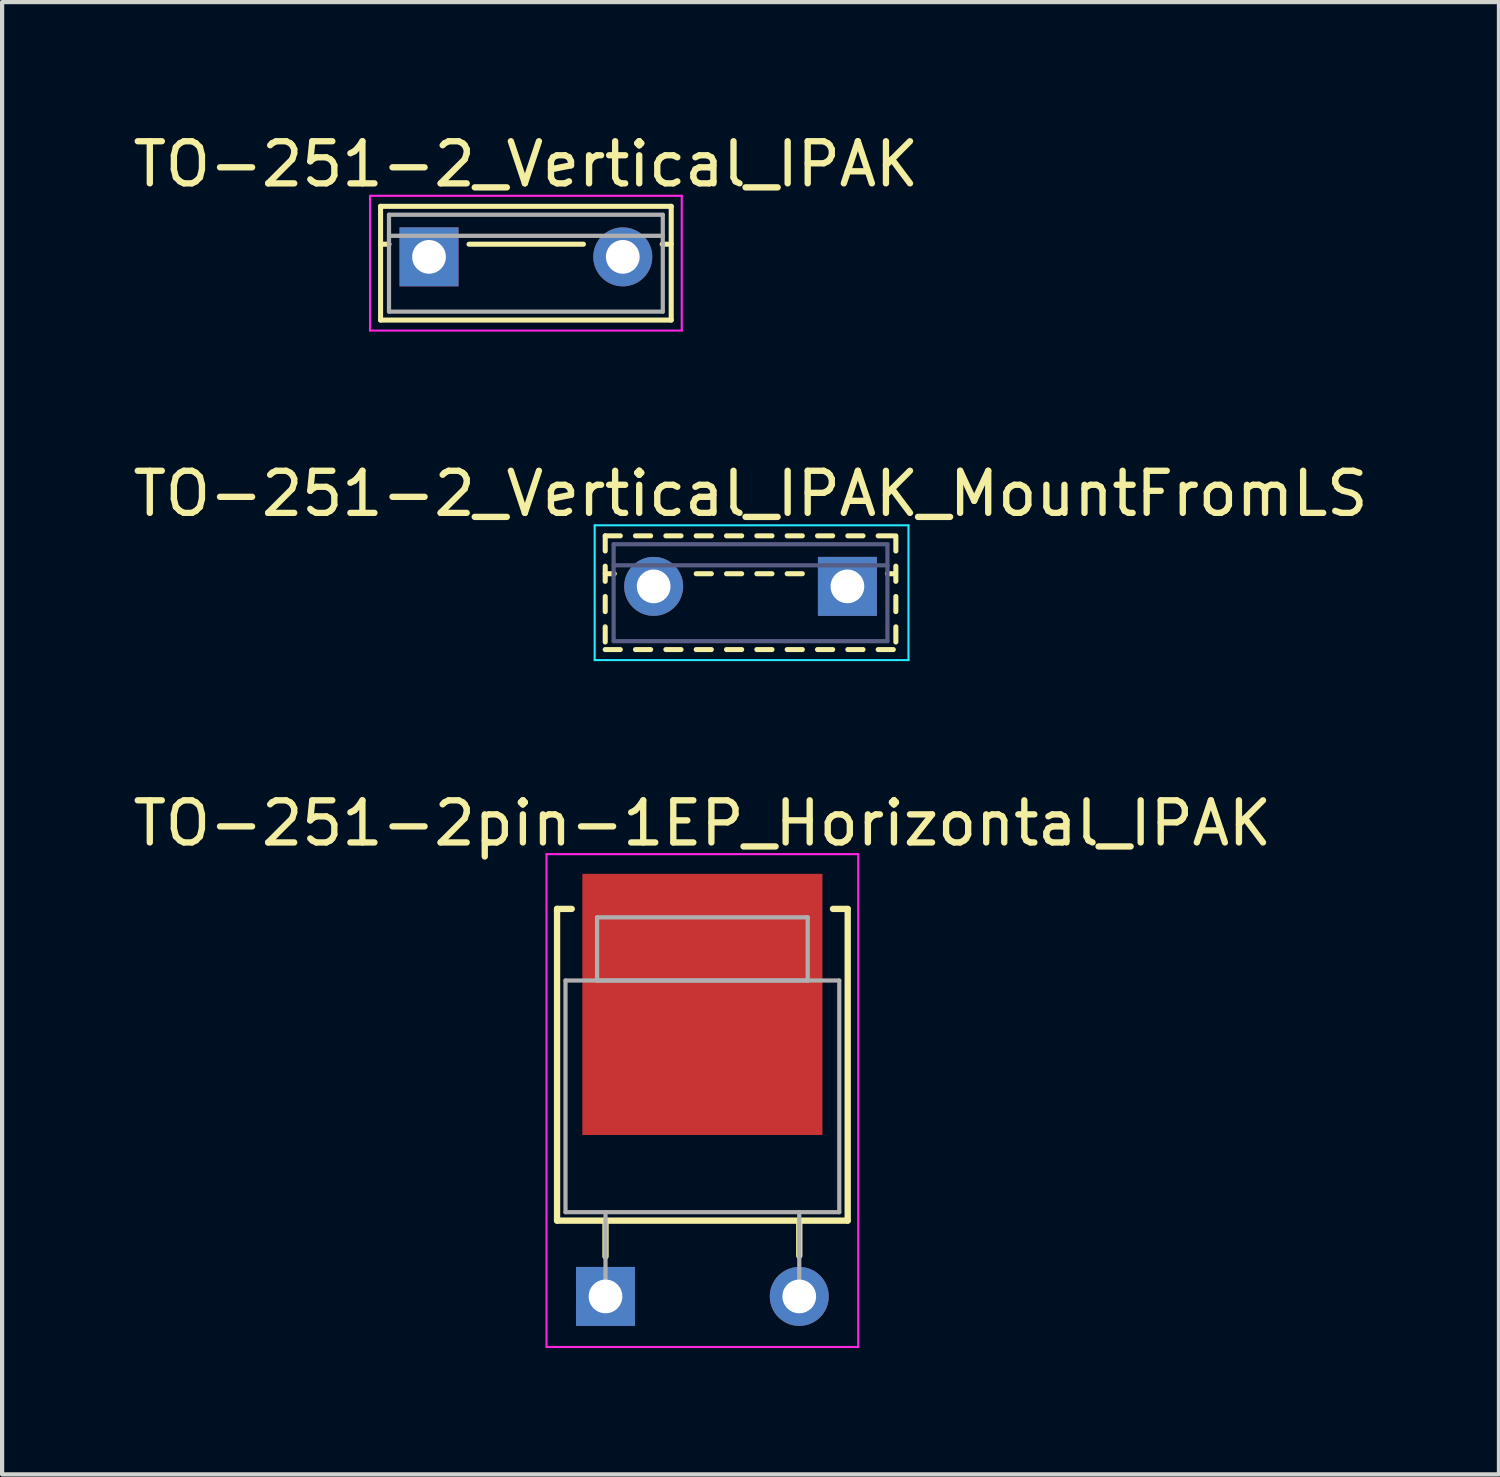
<source format=kicad_pcb>
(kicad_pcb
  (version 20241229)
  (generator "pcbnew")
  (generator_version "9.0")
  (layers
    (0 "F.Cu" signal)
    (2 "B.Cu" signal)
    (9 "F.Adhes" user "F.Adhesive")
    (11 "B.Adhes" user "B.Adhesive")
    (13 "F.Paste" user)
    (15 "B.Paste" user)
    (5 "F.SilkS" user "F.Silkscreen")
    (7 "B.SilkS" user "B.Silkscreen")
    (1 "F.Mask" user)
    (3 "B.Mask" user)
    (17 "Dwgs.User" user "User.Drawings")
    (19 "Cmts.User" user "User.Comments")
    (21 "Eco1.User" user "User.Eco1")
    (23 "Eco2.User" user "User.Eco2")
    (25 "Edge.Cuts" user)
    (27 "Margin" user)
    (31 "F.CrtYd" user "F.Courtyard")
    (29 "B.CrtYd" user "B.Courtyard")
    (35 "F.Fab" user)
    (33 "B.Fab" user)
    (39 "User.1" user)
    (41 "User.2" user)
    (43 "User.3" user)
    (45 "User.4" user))
  (footprint "TO-251-2_Vertical_IPAK"
    (layer "F.Cu")
    (at 7.135 3.048)
    (property "Reference" "TO-251-2_Vertical_IPAK" (at 2.3 -2.2 0) (layer "F.SilkS") (effects (font (size 1 1) (thickness 0.15))))
    (attr through_hole)
    (fp_line (start -1.15 -1.2) (end -1.15 1.5) (stroke (width 0.12) (type solid)) (layer "F.SilkS"))
    (fp_line (start -1.15 -1.2) (end 5.75 -1.2) (stroke (width 0.12) (type solid)) (layer "F.SilkS"))
    (fp_line (start -1.15 -0.3) (end -0.95 -0.3) (stroke (width 0.12) (type solid)) (layer "F.SilkS"))
    (fp_line (start -1.15 1.5) (end 5.75 1.5) (stroke (width 0.12) (type solid)) (layer "F.SilkS"))
    (fp_line (start 0.95 -0.3) (end 3.666 -0.3) (stroke (width 0.12) (type solid)) (layer "F.SilkS"))
    (fp_line (start 5.535 -0.3) (end 5.75 -0.3) (stroke (width 0.12) (type solid)) (layer "F.SilkS"))
    (fp_line (start 5.75 -1.2) (end 5.75 1.5) (stroke (width 0.12) (type solid)) (layer "F.SilkS"))
    (fp_line (start -1.4 -1.45) (end -1.4 1.75) (stroke (width 0.05) (type solid)) (layer "F.CrtYd"))
    (fp_line (start -1.4 1.75) (end 6 1.75) (stroke (width 0.05) (type solid)) (layer "F.CrtYd"))
    (fp_line (start 6 -1.45) (end -1.4 -1.45) (stroke (width 0.05) (type solid)) (layer "F.CrtYd"))
    (fp_line (start 6 1.75) (end 6 -1.45) (stroke (width 0.05) (type solid)) (layer "F.CrtYd"))
    (fp_line (start -0.95 -1) (end -0.95 1.3) (stroke (width 0.1) (type solid)) (layer "F.Fab"))
    (fp_line (start -0.95 -0.5) (end 5.55 -0.5) (stroke (width 0.1) (type solid)) (layer "F.Fab"))
    (fp_line (start -0.95 1.3) (end 5.55 1.3) (stroke (width 0.1) (type solid)) (layer "F.Fab"))
    (fp_line (start 5.55 -1) (end -0.95 -1) (stroke (width 0.1) (type solid)) (layer "F.Fab"))
    (fp_line (start 5.55 1.3) (end 5.55 -1) (stroke (width 0.1) (type solid)) (layer "F.Fab"))
    (pad "1" thru_hole rect (at 0 0) (size 1.4 1.4) (drill 0.8) (layers "*.Cu" "*.Mask"))
    (pad "2" thru_hole oval (at 4.6 0) (size 1.4 1.4) (drill 0.8) (layers "*.Cu" "*.Mask")))
  (footprint "TO-251-2_Vertical_IPAK_MountFromLS"
    (layer "F.Cu")
    (at 17.068 10.871)
    (property "Reference" "TO-251-2_Vertical_IPAK_MountFromLS" (at -2.3 -2.2 0) (layer "F.SilkS") (effects (font (size 1 1) (thickness 0.15))))
    (attr through_hole)
    (fp_line (start -5.75 -1.2) (end -5.75 -0.84) (stroke (width 0.12) (type solid)) (layer "F.SilkS"))
    (fp_line (start -5.75 -1.2) (end -5.391 -1.2) (stroke (width 0.12) (type solid)) (layer "F.SilkS"))
    (fp_line (start -5.75 -0.48) (end -5.75 -0.12) (stroke (width 0.12) (type solid)) (layer "F.SilkS"))
    (fp_line (start -5.75 -0.3) (end -5.535 -0.3) (stroke (width 0.12) (type solid)) (layer "F.SilkS"))
    (fp_line (start -5.75 0.24) (end -5.75 0.6) (stroke (width 0.12) (type solid)) (layer "F.SilkS"))
    (fp_line (start -5.75 0.96) (end -5.75 1.32) (stroke (width 0.12) (type solid)) (layer "F.SilkS"))
    (fp_line (start -5.75 1.5) (end -5.391 1.5) (stroke (width 0.12) (type solid)) (layer "F.SilkS"))
    (fp_line (start -5.031 -1.2) (end -4.671 -1.2) (stroke (width 0.12) (type solid)) (layer "F.SilkS"))
    (fp_line (start -5.031 1.5) (end -4.671 1.5) (stroke (width 0.12) (type solid)) (layer "F.SilkS"))
    (fp_line (start -4.31 -1.2) (end -3.95 -1.2) (stroke (width 0.12) (type solid)) (layer "F.SilkS"))
    (fp_line (start -4.31 1.5) (end -3.95 1.5) (stroke (width 0.12) (type solid)) (layer "F.SilkS"))
    (fp_line (start -3.59 -1.2) (end -3.23 -1.2) (stroke (width 0.12) (type solid)) (layer "F.SilkS"))
    (fp_line (start -3.59 -0.3) (end -3.23 -0.3) (stroke (width 0.12) (type solid)) (layer "F.SilkS"))
    (fp_line (start -3.59 1.5) (end -3.23 1.5) (stroke (width 0.12) (type solid)) (layer "F.SilkS"))
    (fp_line (start -2.87 -1.2) (end -2.51 -1.2) (stroke (width 0.12) (type solid)) (layer "F.SilkS"))
    (fp_line (start -2.87 -0.3) (end -2.51 -0.3) (stroke (width 0.12) (type solid)) (layer "F.SilkS"))
    (fp_line (start -2.87 1.5) (end -2.51 1.5) (stroke (width 0.12) (type solid)) (layer "F.SilkS"))
    (fp_line (start -2.15 -1.2) (end -1.79 -1.2) (stroke (width 0.12) (type solid)) (layer "F.SilkS"))
    (fp_line (start -2.15 -0.3) (end -1.79 -0.3) (stroke (width 0.12) (type solid)) (layer "F.SilkS"))
    (fp_line (start -2.15 1.5) (end -1.79 1.5) (stroke (width 0.12) (type solid)) (layer "F.SilkS"))
    (fp_line (start -1.43 -1.2) (end -1.07 -1.2) (stroke (width 0.12) (type solid)) (layer "F.SilkS"))
    (fp_line (start -1.43 -0.3) (end -1.07 -0.3) (stroke (width 0.12) (type solid)) (layer "F.SilkS"))
    (fp_line (start -1.43 1.5) (end -1.07 1.5) (stroke (width 0.12) (type solid)) (layer "F.SilkS"))
    (fp_line (start -0.71 -1.2) (end -0.35 -1.2) (stroke (width 0.12) (type solid)) (layer "F.SilkS"))
    (fp_line (start -0.71 1.5) (end -0.35 1.5) (stroke (width 0.12) (type solid)) (layer "F.SilkS"))
    (fp_line (start 0.01 -1.2) (end 0.37 -1.2) (stroke (width 0.12) (type solid)) (layer "F.SilkS"))
    (fp_line (start 0.01 1.5) (end 0.37 1.5) (stroke (width 0.12) (type solid)) (layer "F.SilkS"))
    (fp_line (start 0.73 -1.2) (end 1.09 -1.2) (stroke (width 0.12) (type solid)) (layer "F.SilkS"))
    (fp_line (start 0.73 1.5) (end 1.09 1.5) (stroke (width 0.12) (type solid)) (layer "F.SilkS"))
    (fp_line (start 0.95 -0.3) (end 1.09 -0.3) (stroke (width 0.12) (type solid)) (layer "F.SilkS"))
    (fp_line (start 1.15 -1.2) (end 1.15 -0.84) (stroke (width 0.12) (type solid)) (layer "F.SilkS"))
    (fp_line (start 1.15 -0.48) (end 1.15 -0.12) (stroke (width 0.12) (type solid)) (layer "F.SilkS"))
    (fp_line (start 1.15 0.24) (end 1.15 0.6) (stroke (width 0.12) (type solid)) (layer "F.SilkS"))
    (fp_line (start 1.15 0.96) (end 1.15 1.32) (stroke (width 0.12) (type solid)) (layer "F.SilkS"))
    (fp_line (start -6 -1.45) (end -6 1.75) (stroke (width 0.05) (type solid)) (layer "B.CrtYd"))
    (fp_line (start -6 1.75) (end 1.45 1.75) (stroke (width 0.05) (type solid)) (layer "B.CrtYd"))
    (fp_line (start 1.45 -1.45) (end -6 -1.45) (stroke (width 0.05) (type solid)) (layer "B.CrtYd"))
    (fp_line (start 1.45 1.75) (end 1.45 -1.45) (stroke (width 0.05) (type solid)) (layer "B.CrtYd"))
    (fp_line (start -5.55 -1) (end -5.55 1.3) (stroke (width 0.1) (type solid)) (layer "B.Fab"))
    (fp_line (start -5.55 -0.5) (end 0.95 -0.5) (stroke (width 0.1) (type solid)) (layer "B.Fab"))
    (fp_line (start -5.55 1.3) (end 0.95 1.3) (stroke (width 0.1) (type solid)) (layer "B.Fab"))
    (fp_line (start 0.95 -1) (end -5.55 -1) (stroke (width 0.1) (type solid)) (layer "B.Fab"))
    (fp_line (start 0.95 1.3) (end 0.95 -1) (stroke (width 0.1) (type solid)) (layer "B.Fab"))
    (pad "1" thru_hole rect (at 0 0) (size 1.4 1.4) (drill 0.8) (layers "*.Cu" "*.Mask"))
    (pad "2" thru_hole oval (at -4.6 0) (size 1.4 1.4) (drill 0.8) (layers "*.Cu" "*.Mask")))
  (footprint "TO-251-2pin-1EP_Horizontal_IPAK"
    (layer "F.Cu")
    (at 11.325 27.728)
    (property "Reference" "TO-251-2pin-1EP_Horizontal_IPAK" (at 2.3 -11.233 0) (layer "F.SilkS") (effects (font (size 1 1) (thickness 0.15))))
    (attr through_hole)
    (fp_line (start -1.15 -9.2) (end -1.15 -1.8) (stroke (width 0.15) (type solid)) (layer "F.SilkS"))
    (fp_line (start -1.15 -9.2) (end -0.801 -9.2) (stroke (width 0.15) (type solid)) (layer "F.SilkS"))
    (fp_line (start -1.15 -1.8) (end 5.75 -1.8) (stroke (width 0.15) (type solid)) (layer "F.SilkS"))
    (fp_line (start 0 -1.8) (end 0 -0.95) (stroke (width 0.15) (type solid)) (layer "F.SilkS"))
    (fp_line (start 4.6 -1.8) (end 4.6 -0.965) (stroke (width 0.15) (type solid)) (layer "F.SilkS"))
    (fp_line (start 5.4 -9.2) (end 5.75 -9.2) (stroke (width 0.15) (type solid)) (layer "F.SilkS"))
    (fp_line (start 5.75 -9.2) (end 5.75 -1.8) (stroke (width 0.15) (type solid)) (layer "F.SilkS"))
    (fp_line (start -1.4 -10.5) (end -1.4 1.2) (stroke (width 0.05) (type solid)) (layer "F.CrtYd"))
    (fp_line (start -1.4 1.2) (end 6 1.2) (stroke (width 0.05) (type solid)) (layer "F.CrtYd"))
    (fp_line (start 6 -10.5) (end -1.4 -10.5) (stroke (width 0.05) (type solid)) (layer "F.CrtYd"))
    (fp_line (start 6 1.2) (end 6 -10.5) (stroke (width 0.05) (type solid)) (layer "F.CrtYd"))
    (fp_line (start -0.95 -7.5) (end 5.55 -7.5) (stroke (width 0.1) (type solid)) (layer "F.Fab"))
    (fp_line (start -0.95 -2) (end -0.95 -7.5) (stroke (width 0.1) (type solid)) (layer "F.Fab"))
    (fp_line (start -0.2 -9) (end 4.8 -9) (stroke (width 0.1) (type solid)) (layer "F.Fab"))
    (fp_line (start -0.2 -7.5) (end -0.2 -9) (stroke (width 0.1) (type solid)) (layer "F.Fab"))
    (fp_line (start 0 -2) (end 0 0) (stroke (width 0.1) (type solid)) (layer "F.Fab"))
    (fp_line (start 4.6 -2) (end 4.6 0) (stroke (width 0.1) (type solid)) (layer "F.Fab"))
    (fp_line (start 4.8 -9) (end 4.8 -7.5) (stroke (width 0.1) (type solid)) (layer "F.Fab"))
    (fp_line (start 4.8 -7.5) (end -0.2 -7.5) (stroke (width 0.1) (type solid)) (layer "F.Fab"))
    (fp_line (start 5.55 -7.5) (end 5.55 -2) (stroke (width 0.1) (type solid)) (layer "F.Fab"))
    (fp_line (start 5.55 -2) (end -0.95 -2) (stroke (width 0.1) (type solid)) (layer "F.Fab"))
    (pad "1" thru_hole rect (at 0 0) (size 1.4 1.4) (drill 0.8) (layers "*.Cu" "*.Mask"))
    (pad "2" thru_hole oval (at 4.6 0) (size 1.4 1.4) (drill 0.8) (layers "*.Cu" "*.Mask"))
    (pad "3" smd rect (at 2.3 -6.933) (size 5.7 6.2) (layers "F.Cu" "F.Mask")))
  (gr_rect
    (start -3 -3)
    (end 32.536 31.953)
    (stroke (width 0.1) (type default))
    (fill no)
    (layer "Edge.Cuts")))
</source>
